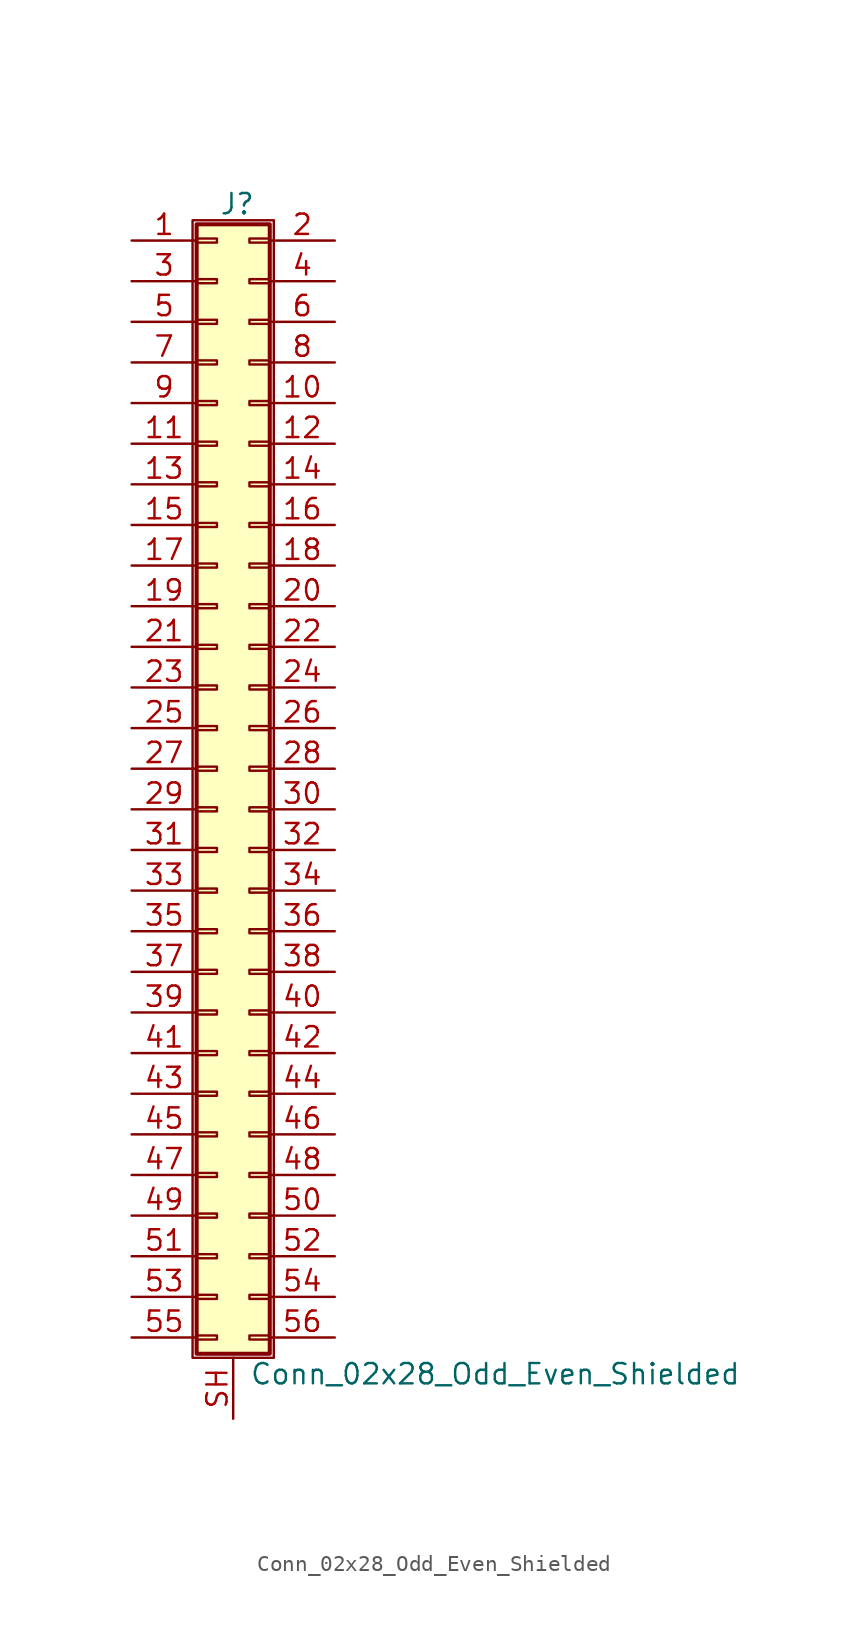
<source format=kicad_sym>
(kicad_symbol_lib
  (version 20201005)
  (generator kicad_symbol_editor)
  (symbol "Connector_Generic_Shielded:Conn_02x28_Odd_Even_Shielded"
    (pin_names
      (offset 1.016) hide)
    (property "Reference" "J"
      (at 1.524 35.306 0)
      (effects (font (size 1.27 1.27))))
    (property "Value" "Conn_02x28_Odd_Even_Shielded"
      (at 2.286 -37.846 0)
      (effects (font (size 1.27 1.27)) (justify left)))
    (symbol "Conn_02x28_Odd_Even_Shielded_1_1"
      (rectangle (start -1.016 -27.813) (end 0.254 -28.067) (stroke (width 0.152)) (fill (type none)))
      (rectangle (start -1.016 -30.353) (end 0.254 -30.607) (stroke (width 0.152)) (fill (type none)))
      (rectangle (start -1.016 -32.893) (end 0.254 -33.147) (stroke (width 0.152)) (fill (type none)))
      (rectangle (start -1.016 -35.433) (end 0.254 -35.687) (stroke (width 0.152)) (fill (type none)))
      (rectangle (start -1.016 -4.953) (end 0.254 -5.207) (stroke (width 0.152)) (fill (type none)))
      (rectangle (start -1.016 -7.493) (end 0.254 -7.747) (stroke (width 0.152)) (fill (type none)))
      (rectangle (start -1.016 -10.033) (end 0.254 -10.287) (stroke (width 0.152)) (fill (type none)))
      (rectangle (start -1.016 -12.573) (end 0.254 -12.827) (stroke (width 0.152)) (fill (type none)))
      (rectangle (start -1.016 -15.113) (end 0.254 -15.367) (stroke (width 0.152)) (fill (type none)))
      (rectangle (start -1.016 -17.653) (end 0.254 -17.907) (stroke (width 0.152)) (fill (type none)))
      (rectangle (start -1.016 -20.193) (end 0.254 -20.447) (stroke (width 0.152)) (fill (type none)))
      (rectangle (start -1.016 -22.733) (end 0.254 -22.987) (stroke (width 0.152)) (fill (type none)))
      (rectangle (start -1.016 -2.413) (end 0.254 -2.667) (stroke (width 0.152)) (fill (type none)))
      (rectangle (start -1.016 -25.273) (end 0.254 -25.527) (stroke (width 0.152)) (fill (type none)))
      (rectangle (start -1.016 25.527) (end 0.254 25.273) (stroke (width 0.152)) (fill (type none)))
      (rectangle (start -1.016 2.667) (end 0.254 2.413) (stroke (width 0.152)) (fill (type none)))
      (rectangle (start -1.016 28.067) (end 0.254 27.813) (stroke (width 0.152)) (fill (type none)))
      (rectangle (start -1.016 30.607) (end 0.254 30.353) (stroke (width 0.152)) (fill (type none)))
      (rectangle (start -1.016 33.147) (end 0.254 32.893) (stroke (width 0.152)) (fill (type none)))
      (rectangle (start -1.016 34.036) (end 3.556 -36.576) (stroke (width 0.254)) (fill (type background)))
      (rectangle (start -1.016 5.207) (end 0.254 4.953) (stroke (width 0.152)) (fill (type none)))
      (rectangle (start -1.016 7.747) (end 0.254 7.493) (stroke (width 0.152)) (fill (type none)))
      (rectangle (start -1.016 10.287) (end 0.254 10.033) (stroke (width 0.152)) (fill (type none)))
      (rectangle (start -1.016 0.127) (end 0.254 -0.127) (stroke (width 0.152)) (fill (type none)))
      (rectangle (start -1.016 12.827) (end 0.254 12.573) (stroke (width 0.152)) (fill (type none)))
      (rectangle (start -1.016 15.367) (end 0.254 15.113) (stroke (width 0.152)) (fill (type none)))
      (rectangle (start -1.016 17.907) (end 0.254 17.653) (stroke (width 0.152)) (fill (type none)))
      (rectangle (start -1.016 20.447) (end 0.254 20.193) (stroke (width 0.152)) (fill (type none)))
      (rectangle (start -1.016 22.987) (end 0.254 22.733) (stroke (width 0.152)) (fill (type none)))
      (rectangle (start -1.27 34.29) (end 3.81 -36.83) (stroke (width 0.152)) (fill (type none)))
      (rectangle (start 3.556 -27.813) (end 2.286 -28.067) (stroke (width 0.152)) (fill (type none)))
      (rectangle (start 3.556 -30.353) (end 2.286 -30.607) (stroke (width 0.152)) (fill (type none)))
      (rectangle (start 3.556 -32.893) (end 2.286 -33.147) (stroke (width 0.152)) (fill (type none)))
      (rectangle (start 3.556 -35.433) (end 2.286 -35.687) (stroke (width 0.152)) (fill (type none)))
      (rectangle (start 3.556 -4.953) (end 2.286 -5.207) (stroke (width 0.152)) (fill (type none)))
      (rectangle (start 3.556 -7.493) (end 2.286 -7.747) (stroke (width 0.152)) (fill (type none)))
      (rectangle (start 3.556 -10.033) (end 2.286 -10.287) (stroke (width 0.152)) (fill (type none)))
      (rectangle (start 3.556 -12.573) (end 2.286 -12.827) (stroke (width 0.152)) (fill (type none)))
      (rectangle (start 3.556 -15.113) (end 2.286 -15.367) (stroke (width 0.152)) (fill (type none)))
      (rectangle (start 3.556 -17.653) (end 2.286 -17.907) (stroke (width 0.152)) (fill (type none)))
      (rectangle (start 3.556 -20.193) (end 2.286 -20.447) (stroke (width 0.152)) (fill (type none)))
      (rectangle (start 3.556 -22.733) (end 2.286 -22.987) (stroke (width 0.152)) (fill (type none)))
      (rectangle (start 3.556 -2.413) (end 2.286 -2.667) (stroke (width 0.152)) (fill (type none)))
      (rectangle (start 3.556 -25.273) (end 2.286 -25.527) (stroke (width 0.152)) (fill (type none)))
      (rectangle (start 3.556 25.527) (end 2.286 25.273) (stroke (width 0.152)) (fill (type none)))
      (rectangle (start 3.556 2.667) (end 2.286 2.413) (stroke (width 0.152)) (fill (type none)))
      (rectangle (start 3.556 28.067) (end 2.286 27.813) (stroke (width 0.152)) (fill (type none)))
      (rectangle (start 3.556 30.607) (end 2.286 30.353) (stroke (width 0.152)) (fill (type none)))
      (rectangle (start 3.556 33.147) (end 2.286 32.893) (stroke (width 0.152)) (fill (type none)))
      (rectangle (start 3.556 5.207) (end 2.286 4.953) (stroke (width 0.152)) (fill (type none)))
      (rectangle (start 3.556 7.747) (end 2.286 7.493) (stroke (width 0.152)) (fill (type none)))
      (rectangle (start 3.556 10.287) (end 2.286 10.033) (stroke (width 0.152)) (fill (type none)))
      (rectangle (start 3.556 0.127) (end 2.286 -0.127) (stroke (width 0.152)) (fill (type none)))
      (rectangle (start 3.556 12.827) (end 2.286 12.573) (stroke (width 0.152)) (fill (type none)))
      (rectangle (start 3.556 15.367) (end 2.286 15.113) (stroke (width 0.152)) (fill (type none)))
      (rectangle (start 3.556 17.907) (end 2.286 17.653) (stroke (width 0.152)) (fill (type none)))
      (rectangle (start 3.556 20.447) (end 2.286 20.193) (stroke (width 0.152)) (fill (type none)))
      (rectangle (start 3.556 22.987) (end 2.286 22.733) (stroke (width 0.152)) (fill (type none)))
      (pin passive line (at -5.08 33.02 0) (length 4.064) (name "Pin_1" (effects (font (size 1.27 1.27)))) (number "1" (effects (font (size 1.27 1.27)))))
      (pin passive line (at 7.62 22.86 180) (length 4.064) (name "Pin_10" (effects (font (size 1.27 1.27)))) (number "10" (effects (font (size 1.27 1.27)))))
      (pin passive line (at -5.08 20.32 0) (length 4.064) (name "Pin_11" (effects (font (size 1.27 1.27)))) (number "11" (effects (font (size 1.27 1.27)))))
      (pin passive line (at 7.62 20.32 180) (length 4.064) (name "Pin_12" (effects (font (size 1.27 1.27)))) (number "12" (effects (font (size 1.27 1.27)))))
      (pin passive line (at -5.08 17.78 0) (length 4.064) (name "Pin_13" (effects (font (size 1.27 1.27)))) (number "13" (effects (font (size 1.27 1.27)))))
      (pin passive line (at 7.62 17.78 180) (length 4.064) (name "Pin_14" (effects (font (size 1.27 1.27)))) (number "14" (effects (font (size 1.27 1.27)))))
      (pin passive line (at -5.08 15.24 0) (length 4.064) (name "Pin_15" (effects (font (size 1.27 1.27)))) (number "15" (effects (font (size 1.27 1.27)))))
      (pin passive line (at 7.62 15.24 180) (length 4.064) (name "Pin_16" (effects (font (size 1.27 1.27)))) (number "16" (effects (font (size 1.27 1.27)))))
      (pin passive line (at -5.08 12.7 0) (length 4.064) (name "Pin_17" (effects (font (size 1.27 1.27)))) (number "17" (effects (font (size 1.27 1.27)))))
      (pin passive line (at 7.62 12.7 180) (length 4.064) (name "Pin_18" (effects (font (size 1.27 1.27)))) (number "18" (effects (font (size 1.27 1.27)))))
      (pin passive line (at -5.08 10.16 0) (length 4.064) (name "Pin_19" (effects (font (size 1.27 1.27)))) (number "19" (effects (font (size 1.27 1.27)))))
      (pin passive line (at 7.62 33.02 180) (length 4.064) (name "Pin_2" (effects (font (size 1.27 1.27)))) (number "2" (effects (font (size 1.27 1.27)))))
      (pin passive line (at 7.62 10.16 180) (length 4.064) (name "Pin_20" (effects (font (size 1.27 1.27)))) (number "20" (effects (font (size 1.27 1.27)))))
      (pin passive line (at -5.08 7.62 0) (length 4.064) (name "Pin_21" (effects (font (size 1.27 1.27)))) (number "21" (effects (font (size 1.27 1.27)))))
      (pin passive line (at 7.62 7.62 180) (length 4.064) (name "Pin_22" (effects (font (size 1.27 1.27)))) (number "22" (effects (font (size 1.27 1.27)))))
      (pin passive line (at -5.08 5.08 0) (length 4.064) (name "Pin_23" (effects (font (size 1.27 1.27)))) (number "23" (effects (font (size 1.27 1.27)))))
      (pin passive line (at 7.62 5.08 180) (length 4.064) (name "Pin_24" (effects (font (size 1.27 1.27)))) (number "24" (effects (font (size 1.27 1.27)))))
      (pin passive line (at -5.08 2.54 0) (length 4.064) (name "Pin_25" (effects (font (size 1.27 1.27)))) (number "25" (effects (font (size 1.27 1.27)))))
      (pin passive line (at 7.62 2.54 180) (length 4.064) (name "Pin_26" (effects (font (size 1.27 1.27)))) (number "26" (effects (font (size 1.27 1.27)))))
      (pin passive line (at -5.08 0 0) (length 4.064) (name "Pin_27" (effects (font (size 1.27 1.27)))) (number "27" (effects (font (size 1.27 1.27)))))
      (pin passive line (at 7.62 0 180) (length 4.064) (name "Pin_28" (effects (font (size 1.27 1.27)))) (number "28" (effects (font (size 1.27 1.27)))))
      (pin passive line (at -5.08 -2.54 0) (length 4.064) (name "Pin_29" (effects (font (size 1.27 1.27)))) (number "29" (effects (font (size 1.27 1.27)))))
      (pin passive line (at -5.08 30.48 0) (length 4.064) (name "Pin_3" (effects (font (size 1.27 1.27)))) (number "3" (effects (font (size 1.27 1.27)))))
      (pin passive line (at 7.62 -2.54 180) (length 4.064) (name "Pin_30" (effects (font (size 1.27 1.27)))) (number "30" (effects (font (size 1.27 1.27)))))
      (pin passive line (at -5.08 -5.08 0) (length 4.064) (name "Pin_31" (effects (font (size 1.27 1.27)))) (number "31" (effects (font (size 1.27 1.27)))))
      (pin passive line (at 7.62 -5.08 180) (length 4.064) (name "Pin_32" (effects (font (size 1.27 1.27)))) (number "32" (effects (font (size 1.27 1.27)))))
      (pin passive line (at -5.08 -7.62 0) (length 4.064) (name "Pin_33" (effects (font (size 1.27 1.27)))) (number "33" (effects (font (size 1.27 1.27)))))
      (pin passive line (at 7.62 -7.62 180) (length 4.064) (name "Pin_34" (effects (font (size 1.27 1.27)))) (number "34" (effects (font (size 1.27 1.27)))))
      (pin passive line (at -5.08 -10.16 0) (length 4.064) (name "Pin_35" (effects (font (size 1.27 1.27)))) (number "35" (effects (font (size 1.27 1.27)))))
      (pin passive line (at 7.62 -10.16 180) (length 4.064) (name "Pin_36" (effects (font (size 1.27 1.27)))) (number "36" (effects (font (size 1.27 1.27)))))
      (pin passive line (at -5.08 -12.7 0) (length 4.064) (name "Pin_37" (effects (font (size 1.27 1.27)))) (number "37" (effects (font (size 1.27 1.27)))))
      (pin passive line (at 7.62 -12.7 180) (length 4.064) (name "Pin_38" (effects (font (size 1.27 1.27)))) (number "38" (effects (font (size 1.27 1.27)))))
      (pin passive line (at -5.08 -15.24 0) (length 4.064) (name "Pin_39" (effects (font (size 1.27 1.27)))) (number "39" (effects (font (size 1.27 1.27)))))
      (pin passive line (at 7.62 30.48 180) (length 4.064) (name "Pin_4" (effects (font (size 1.27 1.27)))) (number "4" (effects (font (size 1.27 1.27)))))
      (pin passive line (at 7.62 -15.24 180) (length 4.064) (name "Pin_40" (effects (font (size 1.27 1.27)))) (number "40" (effects (font (size 1.27 1.27)))))
      (pin passive line (at -5.08 -17.78 0) (length 4.064) (name "Pin_41" (effects (font (size 1.27 1.27)))) (number "41" (effects (font (size 1.27 1.27)))))
      (pin passive line (at 7.62 -17.78 180) (length 4.064) (name "Pin_42" (effects (font (size 1.27 1.27)))) (number "42" (effects (font (size 1.27 1.27)))))
      (pin passive line (at -5.08 -20.32 0) (length 4.064) (name "Pin_43" (effects (font (size 1.27 1.27)))) (number "43" (effects (font (size 1.27 1.27)))))
      (pin passive line (at 7.62 -20.32 180) (length 4.064) (name "Pin_44" (effects (font (size 1.27 1.27)))) (number "44" (effects (font (size 1.27 1.27)))))
      (pin passive line (at -5.08 -22.86 0) (length 4.064) (name "Pin_45" (effects (font (size 1.27 1.27)))) (number "45" (effects (font (size 1.27 1.27)))))
      (pin passive line (at 7.62 -22.86 180) (length 4.064) (name "Pin_46" (effects (font (size 1.27 1.27)))) (number "46" (effects (font (size 1.27 1.27)))))
      (pin passive line (at -5.08 -25.4 0) (length 4.064) (name "Pin_47" (effects (font (size 1.27 1.27)))) (number "47" (effects (font (size 1.27 1.27)))))
      (pin passive line (at 7.62 -25.4 180) (length 4.064) (name "Pin_48" (effects (font (size 1.27 1.27)))) (number "48" (effects (font (size 1.27 1.27)))))
      (pin passive line (at -5.08 -27.94 0) (length 4.064) (name "Pin_49" (effects (font (size 1.27 1.27)))) (number "49" (effects (font (size 1.27 1.27)))))
      (pin passive line (at -5.08 27.94 0) (length 4.064) (name "Pin_5" (effects (font (size 1.27 1.27)))) (number "5" (effects (font (size 1.27 1.27)))))
      (pin passive line (at 7.62 -27.94 180) (length 4.064) (name "Pin_50" (effects (font (size 1.27 1.27)))) (number "50" (effects (font (size 1.27 1.27)))))
      (pin passive line (at -5.08 -30.48 0) (length 4.064) (name "Pin_51" (effects (font (size 1.27 1.27)))) (number "51" (effects (font (size 1.27 1.27)))))
      (pin passive line (at 7.62 -30.48 180) (length 4.064) (name "Pin_52" (effects (font (size 1.27 1.27)))) (number "52" (effects (font (size 1.27 1.27)))))
      (pin passive line (at -5.08 -33.02 0) (length 4.064) (name "Pin_53" (effects (font (size 1.27 1.27)))) (number "53" (effects (font (size 1.27 1.27)))))
      (pin passive line (at 7.62 -33.02 180) (length 4.064) (name "Pin_54" (effects (font (size 1.27 1.27)))) (number "54" (effects (font (size 1.27 1.27)))))
      (pin passive line (at -5.08 -35.56 0) (length 4.064) (name "Pin_55" (effects (font (size 1.27 1.27)))) (number "55" (effects (font (size 1.27 1.27)))))
      (pin passive line (at 7.62 -35.56 180) (length 4.064) (name "Pin_56" (effects (font (size 1.27 1.27)))) (number "56" (effects (font (size 1.27 1.27)))))
      (pin passive line (at 7.62 27.94 180) (length 4.064) (name "Pin_6" (effects (font (size 1.27 1.27)))) (number "6" (effects (font (size 1.27 1.27)))))
      (pin passive line (at -5.08 25.4 0) (length 4.064) (name "Pin_7" (effects (font (size 1.27 1.27)))) (number "7" (effects (font (size 1.27 1.27)))))
      (pin passive line (at 7.62 25.4 180) (length 4.064) (name "Pin_8" (effects (font (size 1.27 1.27)))) (number "8" (effects (font (size 1.27 1.27)))))
      (pin passive line (at -5.08 22.86 0) (length 4.064) (name "Pin_9" (effects (font (size 1.27 1.27)))) (number "9" (effects (font (size 1.27 1.27)))))
      (pin passive line (at 1.27 -40.64 90) (length 3.81) (name "Shield" (effects (font (size 1.27 1.27)))) (number "SH" (effects (font (size 1.27 1.27))))))))
</source>
